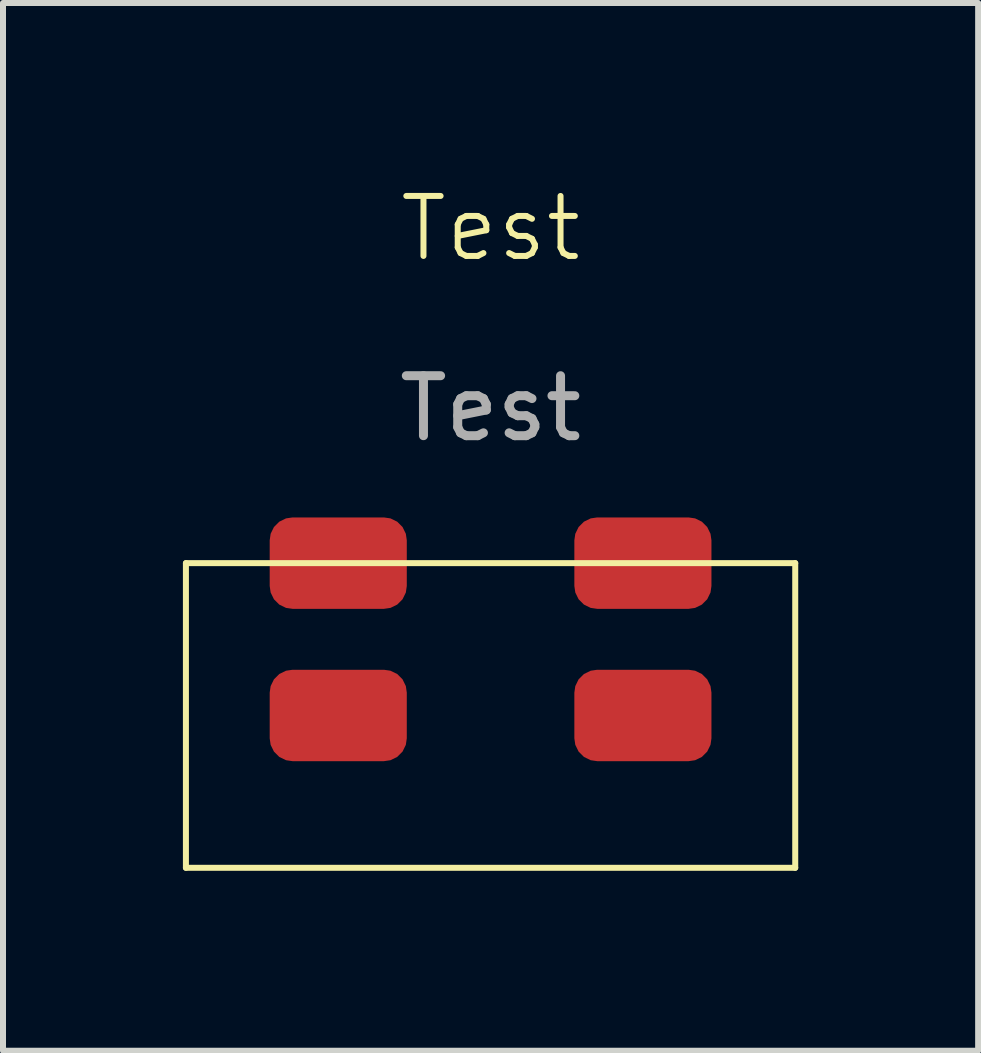
<source format=kicad_pcb>
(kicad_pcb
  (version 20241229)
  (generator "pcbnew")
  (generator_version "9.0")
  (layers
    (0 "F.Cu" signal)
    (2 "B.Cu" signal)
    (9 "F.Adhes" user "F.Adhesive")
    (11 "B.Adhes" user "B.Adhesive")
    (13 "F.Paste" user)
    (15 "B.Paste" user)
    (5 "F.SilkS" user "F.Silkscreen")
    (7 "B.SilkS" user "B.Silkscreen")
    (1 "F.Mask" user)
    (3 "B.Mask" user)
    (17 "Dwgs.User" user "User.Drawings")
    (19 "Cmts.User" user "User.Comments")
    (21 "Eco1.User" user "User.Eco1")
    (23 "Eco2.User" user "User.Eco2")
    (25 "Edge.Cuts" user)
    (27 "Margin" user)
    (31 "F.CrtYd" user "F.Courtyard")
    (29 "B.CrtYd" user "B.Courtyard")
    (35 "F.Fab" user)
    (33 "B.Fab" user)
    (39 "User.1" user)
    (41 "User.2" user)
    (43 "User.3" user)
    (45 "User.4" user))
  (footprint "Test"
    (layer "F.Cu")
    (at 5.13 1.26)
    (property "Reference" "Test" (at 0 -0.5 0) (unlocked yes) (layer "F.SilkS") (effects (font (size 1 1) (thickness 0.1))))
    (attr smd)
    (fp_line (start -5.08 5.08) (end -5.08 10.16) (stroke (width 0.1) (type default)) (layer "F.SilkS"))
    (fp_line (start -5.08 10.16) (end 5.08 10.16) (stroke (width 0.1) (type default)) (layer "F.SilkS"))
    (fp_line (start 5.08 5.08) (end -5.08 5.08) (stroke (width 0.1) (type default)) (layer "F.SilkS"))
    (fp_line (start 5.08 10.16) (end 5.08 5.08) (stroke (width 0.1) (type default)) (layer "F.SilkS"))
    (fp_text user "${REFERENCE}" (at 0 2.5 0) (unlocked yes) (layer "F.Fab") (effects (font (size 1 1) (thickness 0.15))))
    (pad "1" smd roundrect (at -2.54 5.08) (size 2.286 1.524) (layers "F.Cu" "F.Mask" "F.Paste") (roundrect_rratio 0.25))
    (pad "2" smd roundrect (at -2.54 7.62) (size 2.286 1.524) (layers "F.Cu" "F.Mask" "F.Paste") (roundrect_rratio 0.25))
    (pad "3" smd roundrect (at 2.54 5.08) (size 2.286 1.524) (layers "F.Cu" "F.Mask" "F.Paste") (roundrect_rratio 0.25))
    (pad "4" smd roundrect (at 2.54 7.62) (size 2.286 1.524) (layers "F.Cu" "F.Mask" "F.Paste") (roundrect_rratio 0.25)))
  (gr_rect
    (start -3 -3)
    (end 13.26 14.47)
    (stroke (width 0.1) (type default))
    (fill no)
    (layer "Edge.Cuts")))
</source>
